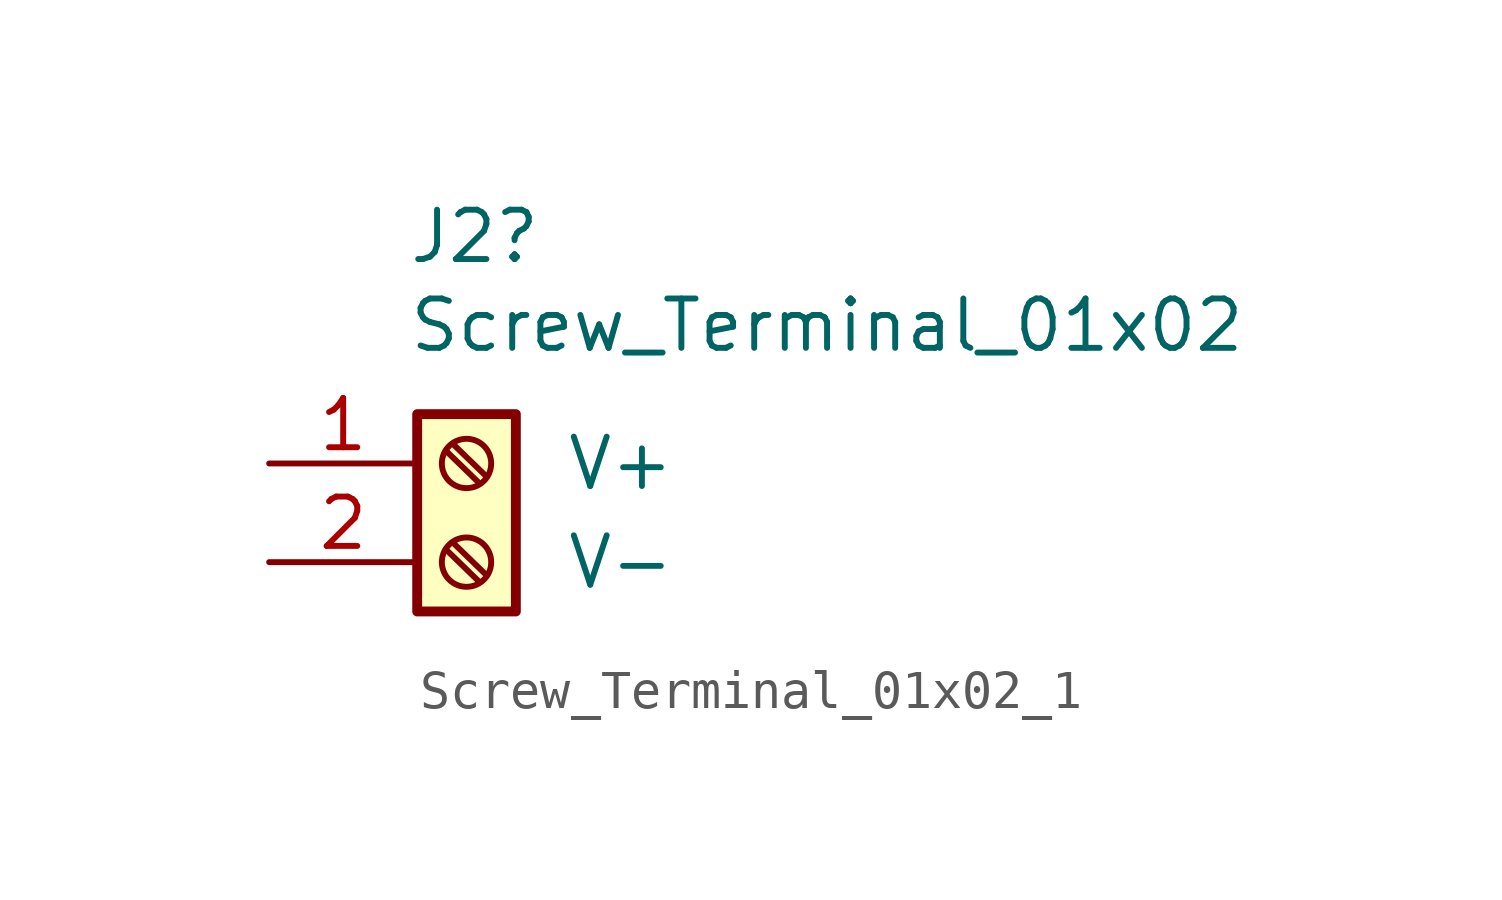
<source format=kicad_sym>
(kicad_symbol_lib
  (version 20231120)
  (generator "kicad_symbol_editor")
  (generator_version "8.0")
  (symbol "Screw_Terminal_01x02_1"
    (pin_names
      (offset 3.81))
    (property "Reference" "J2"
      (at -1.524 5.842 0)
      (effects (font (size 1.27 1.27)) (justify left)))
    (property "Value" "Screw_Terminal_01x02"
      (at -1.524 3.556 0)
      (effects (font (size 1.27 1.27)) (justify left)))
    (symbol "Screw_Terminal_01x02_1_1_1"
      (rectangle (start -1.27 1.27) (end 1.27 -3.81) (stroke (width 0.254) (type default)) (fill (type background)))
      (circle (center 0 -2.54) (radius 0.635) (stroke (width 0.152) (type default)) (fill (type none)))
      (polyline (pts (xy -0.533 -2.21) (xy 0.33 -3.048)) (stroke (width 0.152) (type default)) (fill (type none)))
      (polyline (pts (xy -0.533 0.33) (xy 0.33 -0.508)) (stroke (width 0.152) (type default)) (fill (type none)))
      (polyline (pts (xy -0.356 -2.032) (xy 0.508 -2.87)) (stroke (width 0.152) (type default)) (fill (type none)))
      (polyline (pts (xy -0.356 0.508) (xy 0.508 -0.33)) (stroke (width 0.152) (type default)) (fill (type none)))
      (circle (center 0 0) (radius 0.635) (stroke (width 0.152) (type default)) (fill (type none)))
      (pin passive line (at -5.08 0 0) (length 3.81) (name "V+" (effects (font (size 1.27 1.27)))) (number "1" (effects (font (size 1.27 1.27)))))
      (pin passive line (at -5.08 -2.54 0) (length 3.81) (name "V-" (effects (font (size 1.27 1.27)))) (number "2" (effects (font (size 1.27 1.27))))))))
</source>
